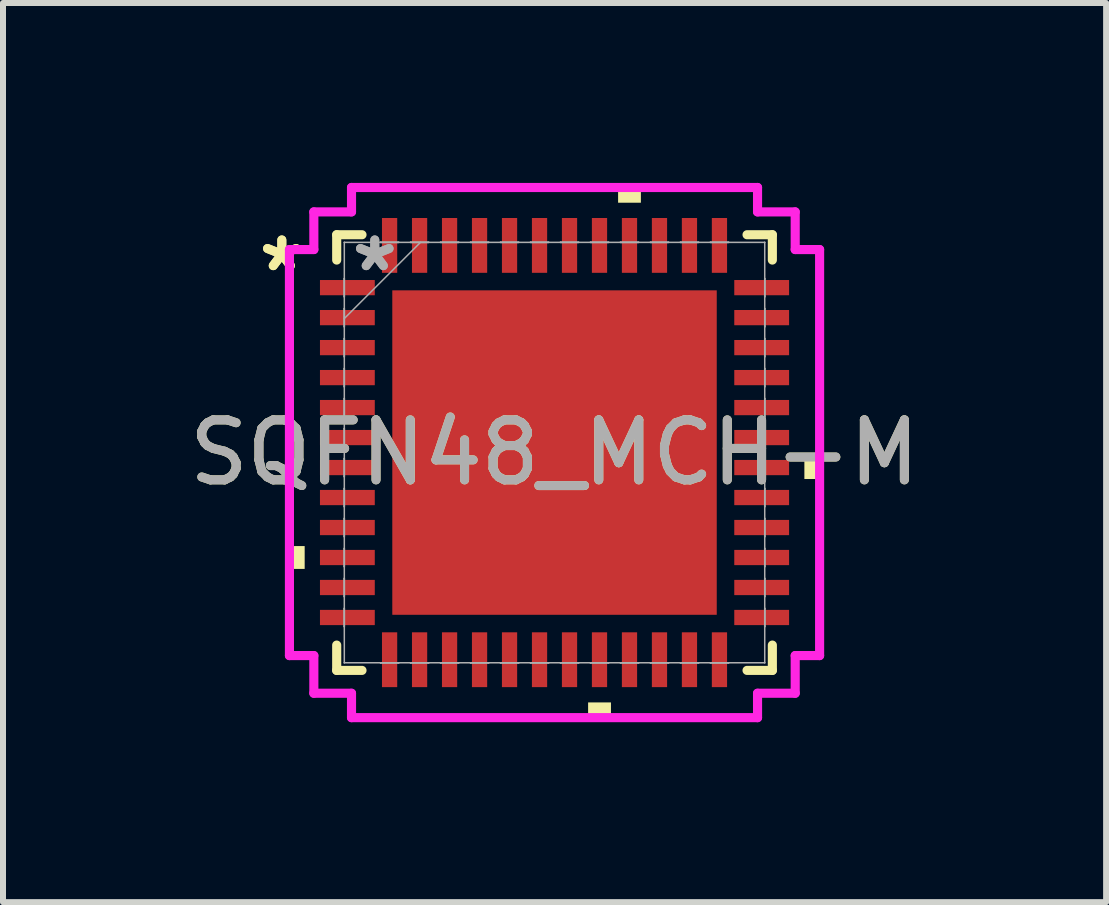
<source format=kicad_pcb>
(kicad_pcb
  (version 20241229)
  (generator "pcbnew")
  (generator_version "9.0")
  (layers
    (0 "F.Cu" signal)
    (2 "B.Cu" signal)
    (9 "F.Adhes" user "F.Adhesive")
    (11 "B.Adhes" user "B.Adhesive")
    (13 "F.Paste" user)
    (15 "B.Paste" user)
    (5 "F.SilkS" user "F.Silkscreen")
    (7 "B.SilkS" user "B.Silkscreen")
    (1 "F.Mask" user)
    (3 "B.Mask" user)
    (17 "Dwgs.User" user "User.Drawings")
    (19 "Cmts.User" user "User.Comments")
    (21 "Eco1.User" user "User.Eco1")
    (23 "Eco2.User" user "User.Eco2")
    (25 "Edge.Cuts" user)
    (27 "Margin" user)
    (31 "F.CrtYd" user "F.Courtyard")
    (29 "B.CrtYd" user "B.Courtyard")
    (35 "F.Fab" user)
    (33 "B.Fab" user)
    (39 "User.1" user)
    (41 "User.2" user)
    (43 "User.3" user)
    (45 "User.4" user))
  (footprint "SQFN48_MCH-M"
    (layer "F.Cu")
    (at 6.196 4.496)
    (property "Reference" "SQFN48_MCH-M" (at 0 0 0) (unlocked yes) (layer "F.SilkS") (effects (font (size 1 1) (thickness 0.15))))
    (attr smd)
    (fp_line (start -3.632 -3.632) (end -3.632 -3.21) (stroke (width 0.152) (type solid)) (layer "F.SilkS"))
    (fp_line (start -3.632 3.21) (end -3.632 3.632) (stroke (width 0.152) (type solid)) (layer "F.SilkS"))
    (fp_line (start -3.632 3.632) (end -3.21 3.632) (stroke (width 0.152) (type solid)) (layer "F.SilkS"))
    (fp_line (start -3.21 -3.632) (end -3.632 -3.632) (stroke (width 0.152) (type solid)) (layer "F.SilkS"))
    (fp_line (start 3.21 3.632) (end 3.632 3.632) (stroke (width 0.152) (type solid)) (layer "F.SilkS"))
    (fp_line (start 3.632 -3.632) (end 3.21 -3.632) (stroke (width 0.152) (type solid)) (layer "F.SilkS"))
    (fp_line (start 3.632 -3.21) (end 3.632 -3.632) (stroke (width 0.152) (type solid)) (layer "F.SilkS"))
    (fp_line (start 3.632 3.632) (end 3.632 3.21) (stroke (width 0.152) (type solid)) (layer "F.SilkS"))
    (fp_poly (pts (xy -4.42 1.559) (xy -4.42 1.94) (xy -4.166 1.94) (xy -4.166 1.559)) (stroke (width 0) (type solid)) (fill yes) (layer "F.SilkS"))
    (fp_poly (pts (xy 0.56 4.166) (xy 0.56 4.42) (xy 0.941 4.42) (xy 0.941 4.166)) (stroke (width 0) (type solid)) (fill yes) (layer "F.SilkS"))
    (fp_poly (pts (xy 1.06 -4.166) (xy 1.06 -4.42) (xy 1.44 -4.42) (xy 1.44 -4.166)) (stroke (width 0) (type solid)) (fill yes) (layer "F.SilkS"))
    (fp_poly (pts (xy 4.42 0.059) (xy 4.42 0.441) (xy 4.166 0.441) (xy 4.166 0.059)) (stroke (width 0) (type solid)) (fill yes) (layer "F.SilkS"))
    (fp_poly (pts (xy -2.605 -2.605) (xy -2.605 -1.453) (xy -1.453 -1.453) (xy -1.453 -2.605)) (stroke (width 0) (type solid)) (fill yes) (layer "F.Paste"))
    (fp_poly (pts (xy -2.605 -1.253) (xy -2.605 -0.1) (xy -1.453 -0.1) (xy -1.453 -1.253)) (stroke (width 0) (type solid)) (fill yes) (layer "F.Paste"))
    (fp_poly (pts (xy -2.605 0.1) (xy -2.605 1.253) (xy -1.453 1.253) (xy -1.453 0.1)) (stroke (width 0) (type solid)) (fill yes) (layer "F.Paste"))
    (fp_poly (pts (xy -2.605 1.453) (xy -2.605 2.605) (xy -1.453 2.605) (xy -1.453 1.453)) (stroke (width 0) (type solid)) (fill yes) (layer "F.Paste"))
    (fp_poly (pts (xy -1.253 -2.605) (xy -1.253 -1.453) (xy -0.1 -1.453) (xy -0.1 -2.605)) (stroke (width 0) (type solid)) (fill yes) (layer "F.Paste"))
    (fp_poly (pts (xy -1.253 -1.253) (xy -1.253 -0.1) (xy -0.1 -0.1) (xy -0.1 -1.253)) (stroke (width 0) (type solid)) (fill yes) (layer "F.Paste"))
    (fp_poly (pts (xy -1.253 0.1) (xy -1.253 1.253) (xy -0.1 1.253) (xy -0.1 0.1)) (stroke (width 0) (type solid)) (fill yes) (layer "F.Paste"))
    (fp_poly (pts (xy -1.253 1.453) (xy -1.253 2.605) (xy -0.1 2.605) (xy -0.1 1.453)) (stroke (width 0) (type solid)) (fill yes) (layer "F.Paste"))
    (fp_poly (pts (xy 0.1 -2.605) (xy 0.1 -1.453) (xy 1.253 -1.453) (xy 1.253 -2.605)) (stroke (width 0) (type solid)) (fill yes) (layer "F.Paste"))
    (fp_poly (pts (xy 0.1 -1.253) (xy 0.1 -0.1) (xy 1.253 -0.1) (xy 1.253 -1.253)) (stroke (width 0) (type solid)) (fill yes) (layer "F.Paste"))
    (fp_poly (pts (xy 0.1 0.1) (xy 0.1 1.253) (xy 1.253 1.253) (xy 1.253 0.1)) (stroke (width 0) (type solid)) (fill yes) (layer "F.Paste"))
    (fp_poly (pts (xy 0.1 1.453) (xy 0.1 2.605) (xy 1.253 2.605) (xy 1.253 1.453)) (stroke (width 0) (type solid)) (fill yes) (layer "F.Paste"))
    (fp_poly (pts (xy 1.453 -2.605) (xy 1.453 -1.453) (xy 2.605 -1.453) (xy 2.605 -2.605)) (stroke (width 0) (type solid)) (fill yes) (layer "F.Paste"))
    (fp_poly (pts (xy 1.453 -1.253) (xy 1.453 -0.1) (xy 2.605 -0.1) (xy 2.605 -1.253)) (stroke (width 0) (type solid)) (fill yes) (layer "F.Paste"))
    (fp_poly (pts (xy 1.453 0.1) (xy 1.453 1.253) (xy 2.605 1.253) (xy 2.605 0.1)) (stroke (width 0) (type solid)) (fill yes) (layer "F.Paste"))
    (fp_poly (pts (xy 1.453 1.453) (xy 1.453 2.605) (xy 2.605 2.605) (xy 2.605 1.453)) (stroke (width 0) (type solid)) (fill yes) (layer "F.Paste"))
    (fp_line (start -4.42 -3.385) (end -4.013 -3.385) (stroke (width 0.152) (type solid)) (layer "F.CrtYd"))
    (fp_line (start -4.42 3.385) (end -4.42 -3.385) (stroke (width 0.152) (type solid)) (layer "F.CrtYd"))
    (fp_line (start -4.013 -4.013) (end -3.385 -4.013) (stroke (width 0.152) (type solid)) (layer "F.CrtYd"))
    (fp_line (start -4.013 -3.385) (end -4.013 -4.013) (stroke (width 0.152) (type solid)) (layer "F.CrtYd"))
    (fp_line (start -4.013 3.385) (end -4.42 3.385) (stroke (width 0.152) (type solid)) (layer "F.CrtYd"))
    (fp_line (start -4.013 4.013) (end -4.013 3.385) (stroke (width 0.152) (type solid)) (layer "F.CrtYd"))
    (fp_line (start -3.385 -4.42) (end 3.385 -4.42) (stroke (width 0.152) (type solid)) (layer "F.CrtYd"))
    (fp_line (start -3.385 -4.013) (end -3.385 -4.42) (stroke (width 0.152) (type solid)) (layer "F.CrtYd"))
    (fp_line (start -3.385 4.013) (end -4.013 4.013) (stroke (width 0.152) (type solid)) (layer "F.CrtYd"))
    (fp_line (start -3.385 4.42) (end -3.385 4.013) (stroke (width 0.152) (type solid)) (layer "F.CrtYd"))
    (fp_line (start 3.385 -4.42) (end 3.385 -4.013) (stroke (width 0.152) (type solid)) (layer "F.CrtYd"))
    (fp_line (start 3.385 -4.013) (end 4.013 -4.013) (stroke (width 0.152) (type solid)) (layer "F.CrtYd"))
    (fp_line (start 3.385 4.013) (end 3.385 4.42) (stroke (width 0.152) (type solid)) (layer "F.CrtYd"))
    (fp_line (start 3.385 4.42) (end -3.385 4.42) (stroke (width 0.152) (type solid)) (layer "F.CrtYd"))
    (fp_line (start 4.013 -4.013) (end 4.013 -3.385) (stroke (width 0.152) (type solid)) (layer "F.CrtYd"))
    (fp_line (start 4.013 -3.385) (end 4.42 -3.385) (stroke (width 0.152) (type solid)) (layer "F.CrtYd"))
    (fp_line (start 4.013 3.385) (end 4.013 4.013) (stroke (width 0.152) (type solid)) (layer "F.CrtYd"))
    (fp_line (start 4.013 4.013) (end 3.385 4.013) (stroke (width 0.152) (type solid)) (layer "F.CrtYd"))
    (fp_line (start 4.42 -3.385) (end 4.42 3.385) (stroke (width 0.152) (type solid)) (layer "F.CrtYd"))
    (fp_line (start 4.42 3.385) (end 4.013 3.385) (stroke (width 0.152) (type solid)) (layer "F.CrtYd"))
    (fp_line (start -3.505 -3.505) (end -3.505 -3.505) (stroke (width 0.025) (type solid)) (layer "F.Fab"))
    (fp_line (start -3.505 -3.505) (end -3.505 3.505) (stroke (width 0.025) (type solid)) (layer "F.Fab"))
    (fp_line (start -3.505 -2.902) (end -3.505 -2.902) (stroke (width 0.025) (type solid)) (layer "F.Fab"))
    (fp_line (start -3.505 -2.902) (end -3.505 -2.598) (stroke (width 0.025) (type solid)) (layer "F.Fab"))
    (fp_line (start -3.505 -2.598) (end -3.505 -2.902) (stroke (width 0.025) (type solid)) (layer "F.Fab"))
    (fp_line (start -3.505 -2.598) (end -3.505 -2.598) (stroke (width 0.025) (type solid)) (layer "F.Fab"))
    (fp_line (start -3.505 -2.402) (end -3.505 -2.402) (stroke (width 0.025) (type solid)) (layer "F.Fab"))
    (fp_line (start -3.505 -2.402) (end -3.505 -2.098) (stroke (width 0.025) (type solid)) (layer "F.Fab"))
    (fp_line (start -3.505 -2.235) (end -2.235 -3.505) (stroke (width 0.025) (type solid)) (layer "F.Fab"))
    (fp_line (start -3.505 -2.098) (end -3.505 -2.402) (stroke (width 0.025) (type solid)) (layer "F.Fab"))
    (fp_line (start -3.505 -2.098) (end -3.505 -2.098) (stroke (width 0.025) (type solid)) (layer "F.Fab"))
    (fp_line (start -3.505 -1.902) (end -3.505 -1.902) (stroke (width 0.025) (type solid)) (layer "F.Fab"))
    (fp_line (start -3.505 -1.902) (end -3.505 -1.598) (stroke (width 0.025) (type solid)) (layer "F.Fab"))
    (fp_line (start -3.505 -1.598) (end -3.505 -1.902) (stroke (width 0.025) (type solid)) (layer "F.Fab"))
    (fp_line (start -3.505 -1.598) (end -3.505 -1.598) (stroke (width 0.025) (type solid)) (layer "F.Fab"))
    (fp_line (start -3.505 -1.402) (end -3.505 -1.402) (stroke (width 0.025) (type solid)) (layer "F.Fab"))
    (fp_line (start -3.505 -1.402) (end -3.505 -1.098) (stroke (width 0.025) (type solid)) (layer "F.Fab"))
    (fp_line (start -3.505 -1.098) (end -3.505 -1.402) (stroke (width 0.025) (type solid)) (layer "F.Fab"))
    (fp_line (start -3.505 -1.098) (end -3.505 -1.098) (stroke (width 0.025) (type solid)) (layer "F.Fab"))
    (fp_line (start -3.505 -0.902) (end -3.505 -0.902) (stroke (width 0.025) (type solid)) (layer "F.Fab"))
    (fp_line (start -3.505 -0.902) (end -3.505 -0.598) (stroke (width 0.025) (type solid)) (layer "F.Fab"))
    (fp_line (start -3.505 -0.598) (end -3.505 -0.902) (stroke (width 0.025) (type solid)) (layer "F.Fab"))
    (fp_line (start -3.505 -0.598) (end -3.505 -0.598) (stroke (width 0.025) (type solid)) (layer "F.Fab"))
    (fp_line (start -3.505 -0.402) (end -3.505 -0.402) (stroke (width 0.025) (type solid)) (layer "F.Fab"))
    (fp_line (start -3.505 -0.402) (end -3.505 -0.098) (stroke (width 0.025) (type solid)) (layer "F.Fab"))
    (fp_line (start -3.505 -0.098) (end -3.505 -0.402) (stroke (width 0.025) (type solid)) (layer "F.Fab"))
    (fp_line (start -3.505 -0.098) (end -3.505 -0.098) (stroke (width 0.025) (type solid)) (layer "F.Fab"))
    (fp_line (start -3.505 0.098) (end -3.505 0.098) (stroke (width 0.025) (type solid)) (layer "F.Fab"))
    (fp_line (start -3.505 0.098) (end -3.505 0.402) (stroke (width 0.025) (type solid)) (layer "F.Fab"))
    (fp_line (start -3.505 0.402) (end -3.505 0.098) (stroke (width 0.025) (type solid)) (layer "F.Fab"))
    (fp_line (start -3.505 0.402) (end -3.505 0.402) (stroke (width 0.025) (type solid)) (layer "F.Fab"))
    (fp_line (start -3.505 0.598) (end -3.505 0.598) (stroke (width 0.025) (type solid)) (layer "F.Fab"))
    (fp_line (start -3.505 0.598) (end -3.505 0.902) (stroke (width 0.025) (type solid)) (layer "F.Fab"))
    (fp_line (start -3.505 0.902) (end -3.505 0.598) (stroke (width 0.025) (type solid)) (layer "F.Fab"))
    (fp_line (start -3.505 0.902) (end -3.505 0.902) (stroke (width 0.025) (type solid)) (layer "F.Fab"))
    (fp_line (start -3.505 1.098) (end -3.505 1.098) (stroke (width 0.025) (type solid)) (layer "F.Fab"))
    (fp_line (start -3.505 1.098) (end -3.505 1.402) (stroke (width 0.025) (type solid)) (layer "F.Fab"))
    (fp_line (start -3.505 1.402) (end -3.505 1.098) (stroke (width 0.025) (type solid)) (layer "F.Fab"))
    (fp_line (start -3.505 1.402) (end -3.505 1.402) (stroke (width 0.025) (type solid)) (layer "F.Fab"))
    (fp_line (start -3.505 1.598) (end -3.505 1.598) (stroke (width 0.025) (type solid)) (layer "F.Fab"))
    (fp_line (start -3.505 1.598) (end -3.505 1.902) (stroke (width 0.025) (type solid)) (layer "F.Fab"))
    (fp_line (start -3.505 1.902) (end -3.505 1.598) (stroke (width 0.025) (type solid)) (layer "F.Fab"))
    (fp_line (start -3.505 1.902) (end -3.505 1.902) (stroke (width 0.025) (type solid)) (layer "F.Fab"))
    (fp_line (start -3.505 2.098) (end -3.505 2.098) (stroke (width 0.025) (type solid)) (layer "F.Fab"))
    (fp_line (start -3.505 2.098) (end -3.505 2.402) (stroke (width 0.025) (type solid)) (layer "F.Fab"))
    (fp_line (start -3.505 2.402) (end -3.505 2.098) (stroke (width 0.025) (type solid)) (layer "F.Fab"))
    (fp_line (start -3.505 2.402) (end -3.505 2.402) (stroke (width 0.025) (type solid)) (layer "F.Fab"))
    (fp_line (start -3.505 2.598) (end -3.505 2.598) (stroke (width 0.025) (type solid)) (layer "F.Fab"))
    (fp_line (start -3.505 2.598) (end -3.505 2.902) (stroke (width 0.025) (type solid)) (layer "F.Fab"))
    (fp_line (start -3.505 2.902) (end -3.505 2.598) (stroke (width 0.025) (type solid)) (layer "F.Fab"))
    (fp_line (start -3.505 2.902) (end -3.505 2.902) (stroke (width 0.025) (type solid)) (layer "F.Fab"))
    (fp_line (start -3.505 3.505) (end -3.505 3.505) (stroke (width 0.025) (type solid)) (layer "F.Fab"))
    (fp_line (start -3.505 3.505) (end 3.505 3.505) (stroke (width 0.025) (type solid)) (layer "F.Fab"))
    (fp_line (start -2.902 -3.505) (end -2.902 -3.505) (stroke (width 0.025) (type solid)) (layer "F.Fab"))
    (fp_line (start -2.902 -3.505) (end -2.598 -3.505) (stroke (width 0.025) (type solid)) (layer "F.Fab"))
    (fp_line (start -2.902 3.505) (end -2.902 3.505) (stroke (width 0.025) (type solid)) (layer "F.Fab"))
    (fp_line (start -2.902 3.505) (end -2.598 3.505) (stroke (width 0.025) (type solid)) (layer "F.Fab"))
    (fp_line (start -2.598 -3.505) (end -2.902 -3.505) (stroke (width 0.025) (type solid)) (layer "F.Fab"))
    (fp_line (start -2.598 -3.505) (end -2.598 -3.505) (stroke (width 0.025) (type solid)) (layer "F.Fab"))
    (fp_line (start -2.598 3.505) (end -2.902 3.505) (stroke (width 0.025) (type solid)) (layer "F.Fab"))
    (fp_line (start -2.598 3.505) (end -2.598 3.505) (stroke (width 0.025) (type solid)) (layer "F.Fab"))
    (fp_line (start -2.402 -3.505) (end -2.402 -3.505) (stroke (width 0.025) (type solid)) (layer "F.Fab"))
    (fp_line (start -2.402 -3.505) (end -2.098 -3.505) (stroke (width 0.025) (type solid)) (layer "F.Fab"))
    (fp_line (start -2.402 3.505) (end -2.402 3.505) (stroke (width 0.025) (type solid)) (layer "F.Fab"))
    (fp_line (start -2.402 3.505) (end -2.098 3.505) (stroke (width 0.025) (type solid)) (layer "F.Fab"))
    (fp_line (start -2.098 -3.505) (end -2.402 -3.505) (stroke (width 0.025) (type solid)) (layer "F.Fab"))
    (fp_line (start -2.098 -3.505) (end -2.098 -3.505) (stroke (width 0.025) (type solid)) (layer "F.Fab"))
    (fp_line (start -2.098 3.505) (end -2.402 3.505) (stroke (width 0.025) (type solid)) (layer "F.Fab"))
    (fp_line (start -2.098 3.505) (end -2.098 3.505) (stroke (width 0.025) (type solid)) (layer "F.Fab"))
    (fp_line (start -1.902 -3.505) (end -1.902 -3.505) (stroke (width 0.025) (type solid)) (layer "F.Fab"))
    (fp_line (start -1.902 -3.505) (end -1.598 -3.505) (stroke (width 0.025) (type solid)) (layer "F.Fab"))
    (fp_line (start -1.902 3.505) (end -1.902 3.505) (stroke (width 0.025) (type solid)) (layer "F.Fab"))
    (fp_line (start -1.902 3.505) (end -1.598 3.505) (stroke (width 0.025) (type solid)) (layer "F.Fab"))
    (fp_line (start -1.598 -3.505) (end -1.902 -3.505) (stroke (width 0.025) (type solid)) (layer "F.Fab"))
    (fp_line (start -1.598 -3.505) (end -1.598 -3.505) (stroke (width 0.025) (type solid)) (layer "F.Fab"))
    (fp_line (start -1.598 3.505) (end -1.902 3.505) (stroke (width 0.025) (type solid)) (layer "F.Fab"))
    (fp_line (start -1.598 3.505) (end -1.598 3.505) (stroke (width 0.025) (type solid)) (layer "F.Fab"))
    (fp_line (start -1.402 -3.505) (end -1.402 -3.505) (stroke (width 0.025) (type solid)) (layer "F.Fab"))
    (fp_line (start -1.402 -3.505) (end -1.098 -3.505) (stroke (width 0.025) (type solid)) (layer "F.Fab"))
    (fp_line (start -1.402 3.505) (end -1.402 3.505) (stroke (width 0.025) (type solid)) (layer "F.Fab"))
    (fp_line (start -1.402 3.505) (end -1.098 3.505) (stroke (width 0.025) (type solid)) (layer "F.Fab"))
    (fp_line (start -1.098 -3.505) (end -1.402 -3.505) (stroke (width 0.025) (type solid)) (layer "F.Fab"))
    (fp_line (start -1.098 -3.505) (end -1.098 -3.505) (stroke (width 0.025) (type solid)) (layer "F.Fab"))
    (fp_line (start -1.098 3.505) (end -1.402 3.505) (stroke (width 0.025) (type solid)) (layer "F.Fab"))
    (fp_line (start -1.098 3.505) (end -1.098 3.505) (stroke (width 0.025) (type solid)) (layer "F.Fab"))
    (fp_line (start -0.902 -3.505) (end -0.902 -3.505) (stroke (width 0.025) (type solid)) (layer "F.Fab"))
    (fp_line (start -0.902 -3.505) (end -0.598 -3.505) (stroke (width 0.025) (type solid)) (layer "F.Fab"))
    (fp_line (start -0.902 3.505) (end -0.902 3.505) (stroke (width 0.025) (type solid)) (layer "F.Fab"))
    (fp_line (start -0.902 3.505) (end -0.598 3.505) (stroke (width 0.025) (type solid)) (layer "F.Fab"))
    (fp_line (start -0.598 -3.505) (end -0.902 -3.505) (stroke (width 0.025) (type solid)) (layer "F.Fab"))
    (fp_line (start -0.598 -3.505) (end -0.598 -3.505) (stroke (width 0.025) (type solid)) (layer "F.Fab"))
    (fp_line (start -0.598 3.505) (end -0.902 3.505) (stroke (width 0.025) (type solid)) (layer "F.Fab"))
    (fp_line (start -0.598 3.505) (end -0.598 3.505) (stroke (width 0.025) (type solid)) (layer "F.Fab"))
    (fp_line (start -0.402 -3.505) (end -0.402 -3.505) (stroke (width 0.025) (type solid)) (layer "F.Fab"))
    (fp_line (start -0.402 -3.505) (end -0.098 -3.505) (stroke (width 0.025) (type solid)) (layer "F.Fab"))
    (fp_line (start -0.402 3.505) (end -0.402 3.505) (stroke (width 0.025) (type solid)) (layer "F.Fab"))
    (fp_line (start -0.402 3.505) (end -0.098 3.505) (stroke (width 0.025) (type solid)) (layer "F.Fab"))
    (fp_line (start -0.098 -3.505) (end -0.402 -3.505) (stroke (width 0.025) (type solid)) (layer "F.Fab"))
    (fp_line (start -0.098 -3.505) (end -0.098 -3.505) (stroke (width 0.025) (type solid)) (layer "F.Fab"))
    (fp_line (start -0.098 3.505) (end -0.402 3.505) (stroke (width 0.025) (type solid)) (layer "F.Fab"))
    (fp_line (start -0.098 3.505) (end -0.098 3.505) (stroke (width 0.025) (type solid)) (layer "F.Fab"))
    (fp_line (start 0.098 -3.505) (end 0.098 -3.505) (stroke (width 0.025) (type solid)) (layer "F.Fab"))
    (fp_line (start 0.098 -3.505) (end 0.402 -3.505) (stroke (width 0.025) (type solid)) (layer "F.Fab"))
    (fp_line (start 0.098 3.505) (end 0.098 3.505) (stroke (width 0.025) (type solid)) (layer "F.Fab"))
    (fp_line (start 0.098 3.505) (end 0.402 3.505) (stroke (width 0.025) (type solid)) (layer "F.Fab"))
    (fp_line (start 0.402 -3.505) (end 0.098 -3.505) (stroke (width 0.025) (type solid)) (layer "F.Fab"))
    (fp_line (start 0.402 -3.505) (end 0.402 -3.505) (stroke (width 0.025) (type solid)) (layer "F.Fab"))
    (fp_line (start 0.402 3.505) (end 0.098 3.505) (stroke (width 0.025) (type solid)) (layer "F.Fab"))
    (fp_line (start 0.402 3.505) (end 0.402 3.505) (stroke (width 0.025) (type solid)) (layer "F.Fab"))
    (fp_line (start 0.598 -3.505) (end 0.598 -3.505) (stroke (width 0.025) (type solid)) (layer "F.Fab"))
    (fp_line (start 0.598 -3.505) (end 0.902 -3.505) (stroke (width 0.025) (type solid)) (layer "F.Fab"))
    (fp_line (start 0.598 3.505) (end 0.598 3.505) (stroke (width 0.025) (type solid)) (layer "F.Fab"))
    (fp_line (start 0.598 3.505) (end 0.902 3.505) (stroke (width 0.025) (type solid)) (layer "F.Fab"))
    (fp_line (start 0.902 -3.505) (end 0.598 -3.505) (stroke (width 0.025) (type solid)) (layer "F.Fab"))
    (fp_line (start 0.902 -3.505) (end 0.902 -3.505) (stroke (width 0.025) (type solid)) (layer "F.Fab"))
    (fp_line (start 0.902 3.505) (end 0.598 3.505) (stroke (width 0.025) (type solid)) (layer "F.Fab"))
    (fp_line (start 0.902 3.505) (end 0.902 3.505) (stroke (width 0.025) (type solid)) (layer "F.Fab"))
    (fp_line (start 1.098 -3.505) (end 1.098 -3.505) (stroke (width 0.025) (type solid)) (layer "F.Fab"))
    (fp_line (start 1.098 -3.505) (end 1.402 -3.505) (stroke (width 0.025) (type solid)) (layer "F.Fab"))
    (fp_line (start 1.098 3.505) (end 1.098 3.505) (stroke (width 0.025) (type solid)) (layer "F.Fab"))
    (fp_line (start 1.098 3.505) (end 1.402 3.505) (stroke (width 0.025) (type solid)) (layer "F.Fab"))
    (fp_line (start 1.402 -3.505) (end 1.098 -3.505) (stroke (width 0.025) (type solid)) (layer "F.Fab"))
    (fp_line (start 1.402 -3.505) (end 1.402 -3.505) (stroke (width 0.025) (type solid)) (layer "F.Fab"))
    (fp_line (start 1.402 3.505) (end 1.098 3.505) (stroke (width 0.025) (type solid)) (layer "F.Fab"))
    (fp_line (start 1.402 3.505) (end 1.402 3.505) (stroke (width 0.025) (type solid)) (layer "F.Fab"))
    (fp_line (start 1.598 -3.505) (end 1.598 -3.505) (stroke (width 0.025) (type solid)) (layer "F.Fab"))
    (fp_line (start 1.598 -3.505) (end 1.902 -3.505) (stroke (width 0.025) (type solid)) (layer "F.Fab"))
    (fp_line (start 1.598 3.505) (end 1.598 3.505) (stroke (width 0.025) (type solid)) (layer "F.Fab"))
    (fp_line (start 1.598 3.505) (end 1.902 3.505) (stroke (width 0.025) (type solid)) (layer "F.Fab"))
    (fp_line (start 1.902 -3.505) (end 1.598 -3.505) (stroke (width 0.025) (type solid)) (layer "F.Fab"))
    (fp_line (start 1.902 -3.505) (end 1.902 -3.505) (stroke (width 0.025) (type solid)) (layer "F.Fab"))
    (fp_line (start 1.902 3.505) (end 1.598 3.505) (stroke (width 0.025) (type solid)) (layer "F.Fab"))
    (fp_line (start 1.902 3.505) (end 1.902 3.505) (stroke (width 0.025) (type solid)) (layer "F.Fab"))
    (fp_line (start 2.098 -3.505) (end 2.098 -3.505) (stroke (width 0.025) (type solid)) (layer "F.Fab"))
    (fp_line (start 2.098 -3.505) (end 2.402 -3.505) (stroke (width 0.025) (type solid)) (layer "F.Fab"))
    (fp_line (start 2.098 3.505) (end 2.098 3.505) (stroke (width 0.025) (type solid)) (layer "F.Fab"))
    (fp_line (start 2.098 3.505) (end 2.402 3.505) (stroke (width 0.025) (type solid)) (layer "F.Fab"))
    (fp_line (start 2.402 -3.505) (end 2.098 -3.505) (stroke (width 0.025) (type solid)) (layer "F.Fab"))
    (fp_line (start 2.402 -3.505) (end 2.402 -3.505) (stroke (width 0.025) (type solid)) (layer "F.Fab"))
    (fp_line (start 2.402 3.505) (end 2.098 3.505) (stroke (width 0.025) (type solid)) (layer "F.Fab"))
    (fp_line (start 2.402 3.505) (end 2.402 3.505) (stroke (width 0.025) (type solid)) (layer "F.Fab"))
    (fp_line (start 2.598 -3.505) (end 2.598 -3.505) (stroke (width 0.025) (type solid)) (layer "F.Fab"))
    (fp_line (start 2.598 -3.505) (end 2.902 -3.505) (stroke (width 0.025) (type solid)) (layer "F.Fab"))
    (fp_line (start 2.598 3.505) (end 2.598 3.505) (stroke (width 0.025) (type solid)) (layer "F.Fab"))
    (fp_line (start 2.598 3.505) (end 2.902 3.505) (stroke (width 0.025) (type solid)) (layer "F.Fab"))
    (fp_line (start 2.902 -3.505) (end 2.598 -3.505) (stroke (width 0.025) (type solid)) (layer "F.Fab"))
    (fp_line (start 2.902 -3.505) (end 2.902 -3.505) (stroke (width 0.025) (type solid)) (layer "F.Fab"))
    (fp_line (start 2.902 3.505) (end 2.598 3.505) (stroke (width 0.025) (type solid)) (layer "F.Fab"))
    (fp_line (start 2.902 3.505) (end 2.902 3.505) (stroke (width 0.025) (type solid)) (layer "F.Fab"))
    (fp_line (start 3.505 -3.505) (end -3.505 -3.505) (stroke (width 0.025) (type solid)) (layer "F.Fab"))
    (fp_line (start 3.505 -3.505) (end 3.505 -3.505) (stroke (width 0.025) (type solid)) (layer "F.Fab"))
    (fp_line (start 3.505 -2.902) (end 3.505 -2.902) (stroke (width 0.025) (type solid)) (layer "F.Fab"))
    (fp_line (start 3.505 -2.902) (end 3.505 -2.598) (stroke (width 0.025) (type solid)) (layer "F.Fab"))
    (fp_line (start 3.505 -2.598) (end 3.505 -2.902) (stroke (width 0.025) (type solid)) (layer "F.Fab"))
    (fp_line (start 3.505 -2.598) (end 3.505 -2.598) (stroke (width 0.025) (type solid)) (layer "F.Fab"))
    (fp_line (start 3.505 -2.402) (end 3.505 -2.402) (stroke (width 0.025) (type solid)) (layer "F.Fab"))
    (fp_line (start 3.505 -2.402) (end 3.505 -2.098) (stroke (width 0.025) (type solid)) (layer "F.Fab"))
    (fp_line (start 3.505 -2.098) (end 3.505 -2.402) (stroke (width 0.025) (type solid)) (layer "F.Fab"))
    (fp_line (start 3.505 -2.098) (end 3.505 -2.098) (stroke (width 0.025) (type solid)) (layer "F.Fab"))
    (fp_line (start 3.505 -1.902) (end 3.505 -1.902) (stroke (width 0.025) (type solid)) (layer "F.Fab"))
    (fp_line (start 3.505 -1.902) (end 3.505 -1.598) (stroke (width 0.025) (type solid)) (layer "F.Fab"))
    (fp_line (start 3.505 -1.598) (end 3.505 -1.902) (stroke (width 0.025) (type solid)) (layer "F.Fab"))
    (fp_line (start 3.505 -1.598) (end 3.505 -1.598) (stroke (width 0.025) (type solid)) (layer "F.Fab"))
    (fp_line (start 3.505 -1.402) (end 3.505 -1.402) (stroke (width 0.025) (type solid)) (layer "F.Fab"))
    (fp_line (start 3.505 -1.402) (end 3.505 -1.098) (stroke (width 0.025) (type solid)) (layer "F.Fab"))
    (fp_line (start 3.505 -1.098) (end 3.505 -1.402) (stroke (width 0.025) (type solid)) (layer "F.Fab"))
    (fp_line (start 3.505 -1.098) (end 3.505 -1.098) (stroke (width 0.025) (type solid)) (layer "F.Fab"))
    (fp_line (start 3.505 -0.902) (end 3.505 -0.902) (stroke (width 0.025) (type solid)) (layer "F.Fab"))
    (fp_line (start 3.505 -0.902) (end 3.505 -0.598) (stroke (width 0.025) (type solid)) (layer "F.Fab"))
    (fp_line (start 3.505 -0.598) (end 3.505 -0.902) (stroke (width 0.025) (type solid)) (layer "F.Fab"))
    (fp_line (start 3.505 -0.598) (end 3.505 -0.598) (stroke (width 0.025) (type solid)) (layer "F.Fab"))
    (fp_line (start 3.505 -0.402) (end 3.505 -0.402) (stroke (width 0.025) (type solid)) (layer "F.Fab"))
    (fp_line (start 3.505 -0.402) (end 3.505 -0.098) (stroke (width 0.025) (type solid)) (layer "F.Fab"))
    (fp_line (start 3.505 -0.098) (end 3.505 -0.402) (stroke (width 0.025) (type solid)) (layer "F.Fab"))
    (fp_line (start 3.505 -0.098) (end 3.505 -0.098) (stroke (width 0.025) (type solid)) (layer "F.Fab"))
    (fp_line (start 3.505 0.098) (end 3.505 0.098) (stroke (width 0.025) (type solid)) (layer "F.Fab"))
    (fp_line (start 3.505 0.098) (end 3.505 0.402) (stroke (width 0.025) (type solid)) (layer "F.Fab"))
    (fp_line (start 3.505 0.402) (end 3.505 0.098) (stroke (width 0.025) (type solid)) (layer "F.Fab"))
    (fp_line (start 3.505 0.402) (end 3.505 0.402) (stroke (width 0.025) (type solid)) (layer "F.Fab"))
    (fp_line (start 3.505 0.598) (end 3.505 0.598) (stroke (width 0.025) (type solid)) (layer "F.Fab"))
    (fp_line (start 3.505 0.598) (end 3.505 0.902) (stroke (width 0.025) (type solid)) (layer "F.Fab"))
    (fp_line (start 3.505 0.902) (end 3.505 0.598) (stroke (width 0.025) (type solid)) (layer "F.Fab"))
    (fp_line (start 3.505 0.902) (end 3.505 0.902) (stroke (width 0.025) (type solid)) (layer "F.Fab"))
    (fp_line (start 3.505 1.098) (end 3.505 1.098) (stroke (width 0.025) (type solid)) (layer "F.Fab"))
    (fp_line (start 3.505 1.098) (end 3.505 1.402) (stroke (width 0.025) (type solid)) (layer "F.Fab"))
    (fp_line (start 3.505 1.402) (end 3.505 1.098) (stroke (width 0.025) (type solid)) (layer "F.Fab"))
    (fp_line (start 3.505 1.402) (end 3.505 1.402) (stroke (width 0.025) (type solid)) (layer "F.Fab"))
    (fp_line (start 3.505 1.598) (end 3.505 1.598) (stroke (width 0.025) (type solid)) (layer "F.Fab"))
    (fp_line (start 3.505 1.598) (end 3.505 1.902) (stroke (width 0.025) (type solid)) (layer "F.Fab"))
    (fp_line (start 3.505 1.902) (end 3.505 1.598) (stroke (width 0.025) (type solid)) (layer "F.Fab"))
    (fp_line (start 3.505 1.902) (end 3.505 1.902) (stroke (width 0.025) (type solid)) (layer "F.Fab"))
    (fp_line (start 3.505 2.098) (end 3.505 2.098) (stroke (width 0.025) (type solid)) (layer "F.Fab"))
    (fp_line (start 3.505 2.098) (end 3.505 2.402) (stroke (width 0.025) (type solid)) (layer "F.Fab"))
    (fp_line (start 3.505 2.402) (end 3.505 2.098) (stroke (width 0.025) (type solid)) (layer "F.Fab"))
    (fp_line (start 3.505 2.402) (end 3.505 2.402) (stroke (width 0.025) (type solid)) (layer "F.Fab"))
    (fp_line (start 3.505 2.598) (end 3.505 2.598) (stroke (width 0.025) (type solid)) (layer "F.Fab"))
    (fp_line (start 3.505 2.598) (end 3.505 2.902) (stroke (width 0.025) (type solid)) (layer "F.Fab"))
    (fp_line (start 3.505 2.902) (end 3.505 2.598) (stroke (width 0.025) (type solid)) (layer "F.Fab"))
    (fp_line (start 3.505 2.902) (end 3.505 2.902) (stroke (width 0.025) (type solid)) (layer "F.Fab"))
    (fp_line (start 3.505 3.505) (end 3.505 -3.505) (stroke (width 0.025) (type solid)) (layer "F.Fab"))
    (fp_line (start 3.505 3.505) (end 3.505 3.505) (stroke (width 0.025) (type solid)) (layer "F.Fab"))
    (fp_text user "*" (at -4.547 -3 0) (layer "F.SilkS") (effects (font (size 1 1) (thickness 0.15))))
    (fp_text user "*" (at -4.547 -3 0) (unlocked yes) (layer "F.SilkS") (effects (font (size 1 1) (thickness 0.15))))
    (fp_text user "${REFERENCE}" (at 0 0 0) (unlocked yes) (layer "F.Fab") (effects (font (size 1 1) (thickness 0.15))))
    (fp_text user "*" (at -2.997 -3 0) (layer "F.Fab") (effects (font (size 1 1) (thickness 0.15))))
    (fp_text user "*" (at -2.997 -3 0) (unlocked yes) (layer "F.Fab") (effects (font (size 1 1) (thickness 0.15))))
    (pad "1" smd rect (at -3.454 -2.75 90) (size 0.254 0.914) (layers "F.Cu" "F.Mask" "F.Paste"))
    (pad "2" smd rect (at -3.454 -2.25 90) (size 0.254 0.914) (layers "F.Cu" "F.Mask" "F.Paste"))
    (pad "3" smd rect (at -3.454 -1.75 90) (size 0.254 0.914) (layers "F.Cu" "F.Mask" "F.Paste"))
    (pad "4" smd rect (at -3.454 -1.25 90) (size 0.254 0.914) (layers "F.Cu" "F.Mask" "F.Paste"))
    (pad "5" smd rect (at -3.454 -0.75 90) (size 0.254 0.914) (layers "F.Cu" "F.Mask" "F.Paste"))
    (pad "6" smd rect (at -3.454 -0.25 90) (size 0.254 0.914) (layers "F.Cu" "F.Mask" "F.Paste"))
    (pad "7" smd rect (at -3.454 0.25 90) (size 0.254 0.914) (layers "F.Cu" "F.Mask" "F.Paste"))
    (pad "8" smd rect (at -3.454 0.75 90) (size 0.254 0.914) (layers "F.Cu" "F.Mask" "F.Paste"))
    (pad "9" smd rect (at -3.454 1.25 90) (size 0.254 0.914) (layers "F.Cu" "F.Mask" "F.Paste"))
    (pad "10" smd rect (at -3.454 1.75 90) (size 0.254 0.914) (layers "F.Cu" "F.Mask" "F.Paste"))
    (pad "11" smd rect (at -3.454 2.25 90) (size 0.254 0.914) (layers "F.Cu" "F.Mask" "F.Paste"))
    (pad "12" smd rect (at -3.454 2.75 90) (size 0.254 0.914) (layers "F.Cu" "F.Mask" "F.Paste"))
    (pad "13" smd rect (at -2.75 3.454) (size 0.254 0.914) (layers "F.Cu" "F.Mask" "F.Paste"))
    (pad "14" smd rect (at -2.25 3.454) (size 0.254 0.914) (layers "F.Cu" "F.Mask" "F.Paste"))
    (pad "15" smd rect (at -1.75 3.454) (size 0.254 0.914) (layers "F.Cu" "F.Mask" "F.Paste"))
    (pad "16" smd rect (at -1.25 3.454) (size 0.254 0.914) (layers "F.Cu" "F.Mask" "F.Paste"))
    (pad "17" smd rect (at -0.75 3.454) (size 0.254 0.914) (layers "F.Cu" "F.Mask" "F.Paste"))
    (pad "18" smd rect (at -0.25 3.454) (size 0.254 0.914) (layers "F.Cu" "F.Mask" "F.Paste"))
    (pad "19" smd rect (at 0.25 3.454) (size 0.254 0.914) (layers "F.Cu" "F.Mask" "F.Paste"))
    (pad "20" smd rect (at 0.75 3.454) (size 0.254 0.914) (layers "F.Cu" "F.Mask" "F.Paste"))
    (pad "21" smd rect (at 1.25 3.454) (size 0.254 0.914) (layers "F.Cu" "F.Mask" "F.Paste"))
    (pad "22" smd rect (at 1.75 3.454) (size 0.254 0.914) (layers "F.Cu" "F.Mask" "F.Paste"))
    (pad "23" smd rect (at 2.25 3.454) (size 0.254 0.914) (layers "F.Cu" "F.Mask" "F.Paste"))
    (pad "24" smd rect (at 2.75 3.454) (size 0.254 0.914) (layers "F.Cu" "F.Mask" "F.Paste"))
    (pad "25" smd rect (at 3.454 2.75 90) (size 0.254 0.914) (layers "F.Cu" "F.Mask" "F.Paste"))
    (pad "26" smd rect (at 3.454 2.25 90) (size 0.254 0.914) (layers "F.Cu" "F.Mask" "F.Paste"))
    (pad "27" smd rect (at 3.454 1.75 90) (size 0.254 0.914) (layers "F.Cu" "F.Mask" "F.Paste"))
    (pad "28" smd rect (at 3.454 1.25 90) (size 0.254 0.914) (layers "F.Cu" "F.Mask" "F.Paste"))
    (pad "29" smd rect (at 3.454 0.75 90) (size 0.254 0.914) (layers "F.Cu" "F.Mask" "F.Paste"))
    (pad "30" smd rect (at 3.454 0.25 90) (size 0.254 0.914) (layers "F.Cu" "F.Mask" "F.Paste"))
    (pad "31" smd rect (at 3.454 -0.25 90) (size 0.254 0.914) (layers "F.Cu" "F.Mask" "F.Paste"))
    (pad "32" smd rect (at 3.454 -0.75 90) (size 0.254 0.914) (layers "F.Cu" "F.Mask" "F.Paste"))
    (pad "33" smd rect (at 3.454 -1.25 90) (size 0.254 0.914) (layers "F.Cu" "F.Mask" "F.Paste"))
    (pad "34" smd rect (at 3.454 -1.75 90) (size 0.254 0.914) (layers "F.Cu" "F.Mask" "F.Paste"))
    (pad "35" smd rect (at 3.454 -2.25 90) (size 0.254 0.914) (layers "F.Cu" "F.Mask" "F.Paste"))
    (pad "36" smd rect (at 3.454 -2.75 90) (size 0.254 0.914) (layers "F.Cu" "F.Mask" "F.Paste"))
    (pad "37" smd rect (at 2.75 -3.454) (size 0.254 0.914) (layers "F.Cu" "F.Mask" "F.Paste"))
    (pad "38" smd rect (at 2.25 -3.454) (size 0.254 0.914) (layers "F.Cu" "F.Mask" "F.Paste"))
    (pad "39" smd rect (at 1.75 -3.454) (size 0.254 0.914) (layers "F.Cu" "F.Mask" "F.Paste"))
    (pad "40" smd rect (at 1.25 -3.454) (size 0.254 0.914) (layers "F.Cu" "F.Mask" "F.Paste"))
    (pad "41" smd rect (at 0.75 -3.454) (size 0.254 0.914) (layers "F.Cu" "F.Mask" "F.Paste"))
    (pad "42" smd rect (at 0.25 -3.454) (size 0.254 0.914) (layers "F.Cu" "F.Mask" "F.Paste"))
    (pad "43" smd rect (at -0.25 -3.454) (size 0.254 0.914) (layers "F.Cu" "F.Mask" "F.Paste"))
    (pad "44" smd rect (at -0.75 -3.454) (size 0.254 0.914) (layers "F.Cu" "F.Mask" "F.Paste"))
    (pad "45" smd rect (at -1.25 -3.454) (size 0.254 0.914) (layers "F.Cu" "F.Mask" "F.Paste"))
    (pad "46" smd rect (at -1.75 -3.454) (size 0.254 0.914) (layers "F.Cu" "F.Mask" "F.Paste"))
    (pad "47" smd rect (at -2.25 -3.454) (size 0.254 0.914) (layers "F.Cu" "F.Mask" "F.Paste"))
    (pad "48" smd rect (at -2.75 -3.454) (size 0.254 0.914) (layers "F.Cu" "F.Mask" "F.Paste"))
    (pad "49" smd rect (at 0 0) (size 5.41 5.41) (layers "F.Cu" "F.Mask" "F.Paste")))
  (gr_rect
    (start -3 -3)
    (end 15.393 11.992)
    (stroke (width 0.1) (type default))
    (fill no)
    (layer "Edge.Cuts")))
</source>
